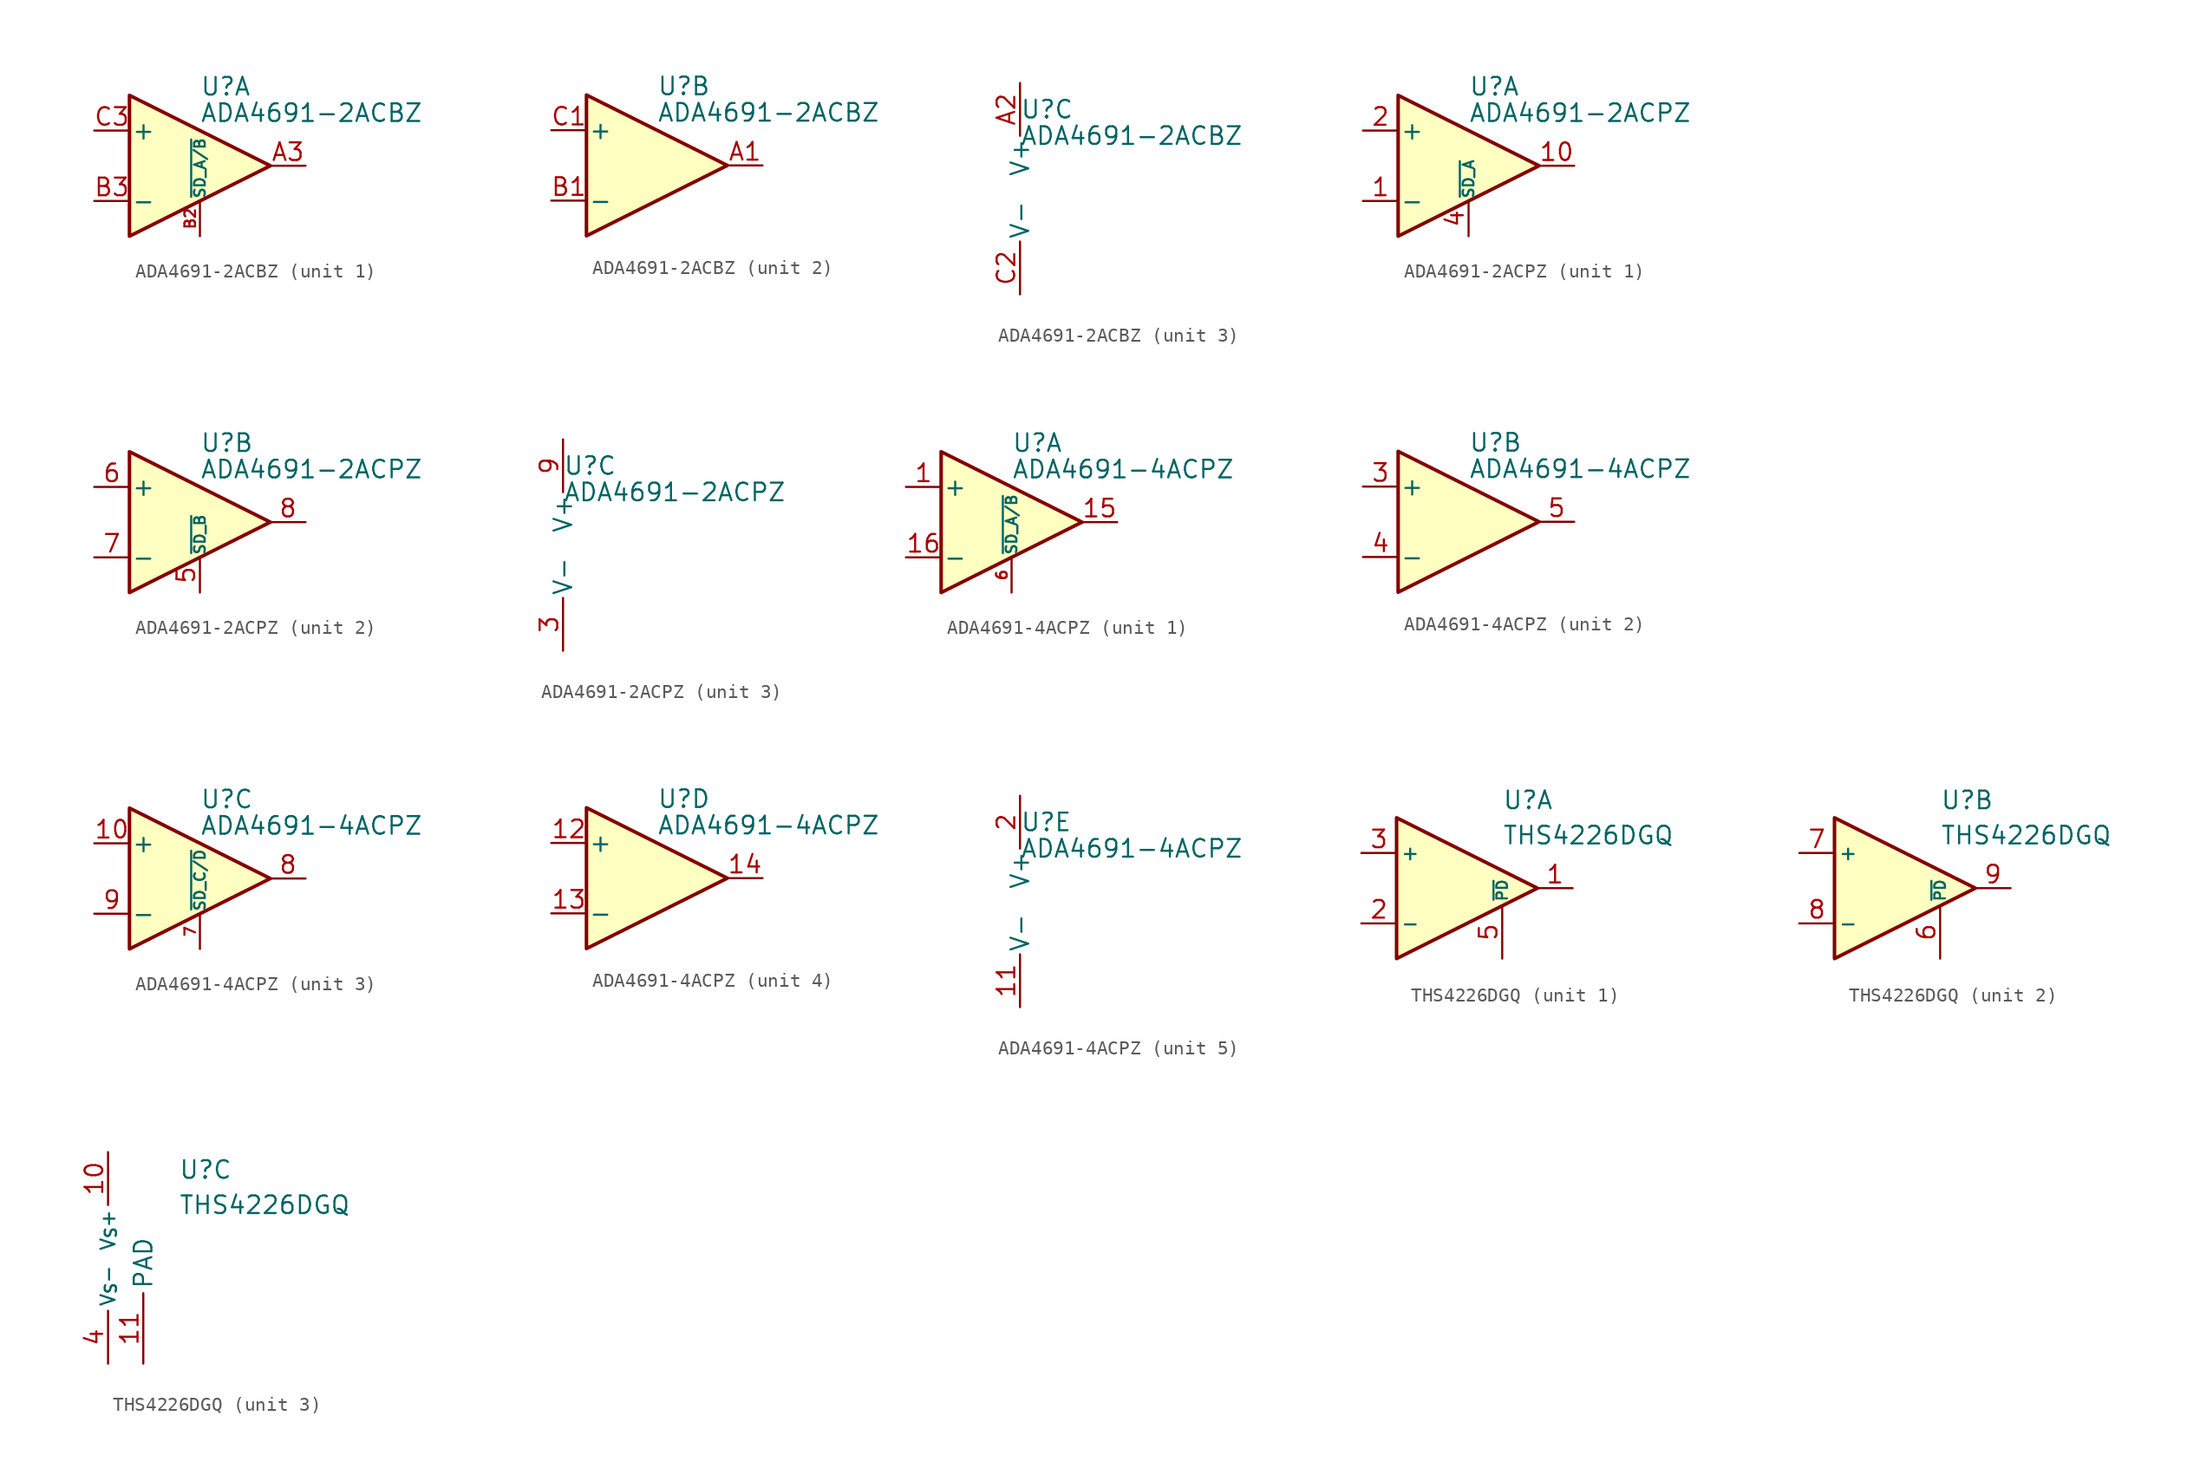
<source format=kicad_sym>
(kicad_symbol_lib
  (version 20241209)
  (generator "kicad_symbol_editor")
  (generator_version "9.0")
  (symbol "ADA4691-2ACBZ"
    (pin_names
      (offset 0.127))
    (property "Reference" "U"
      (at 0 5.715 0)
      (effects (font (size 1.27 1.27)) (justify left)))
    (property "Value" "ADA4691-2ACBZ"
      (at 0 3.81 0)
      (effects (font (size 1.27 1.27)) (justify left)))
    (property "ki_locked" ""
      (at 0 0 0)
      (effects (font (size 1.27 1.27))))
    (symbol "ADA4691-2ACBZ_1_1"
      (polyline (pts (xy -5.08 5.08) (xy 5.08 0) (xy -5.08 -5.08) (xy -5.08 5.08)) (stroke (width 0.254) (type default)) (fill (type background)))
      (pin input line (at -7.62 2.54 0) (length 2.54) (name "+" (effects (font (size 1.27 1.27)))) (number "C3" (effects (font (size 1.27 1.27)))))
      (pin input line (at -7.62 -2.54 0) (length 2.54) (name "-" (effects (font (size 1.27 1.27)))) (number "B3" (effects (font (size 1.27 1.27)))))
      (pin input line (at 0 -5.08 90) (length 2.54) (name "~{SD_A/B}" (effects (font (size 0.762 0.762)))) (number "B2" (effects (font (size 0.762 0.762)))))
      (pin output line (at 7.62 0 180) (length 2.54) (name "~" (effects (font (size 1.27 1.27)))) (number "A3" (effects (font (size 1.27 1.27))))))
    (symbol "ADA4691-2ACBZ_2_1"
      (polyline (pts (xy -5.08 5.08) (xy 5.08 0) (xy -5.08 -5.08) (xy -5.08 5.08)) (stroke (width 0.254) (type default)) (fill (type background)))
      (pin input line (at -7.62 2.54 0) (length 2.54) (name "+" (effects (font (size 1.27 1.27)))) (number "C1" (effects (font (size 1.27 1.27)))))
      (pin input line (at -7.62 -2.54 0) (length 2.54) (name "-" (effects (font (size 1.27 1.27)))) (number "B1" (effects (font (size 1.27 1.27)))))
      (pin output line (at 7.62 0 180) (length 2.54) (name "~" (effects (font (size 1.27 1.27)))) (number "A1" (effects (font (size 1.27 1.27))))))
    (symbol "ADA4691-2ACBZ_3_1"
      (pin power_in line (at 0 7.62 270) (length 3.81) (name "V+" (effects (font (size 1.27 1.27)))) (number "A2" (effects (font (size 1.27 1.27)))))
      (pin power_in line (at 0 -7.62 90) (length 3.81) (name "V-" (effects (font (size 1.27 1.27)))) (number "C2" (effects (font (size 1.27 1.27)))))))
  (symbol "ADA4691-2ACPZ"
    (pin_names
      (offset 0.127))
    (property "Reference" "U"
      (at 0 5.715 0)
      (effects (font (size 1.27 1.27)) (justify left)))
    (property "Value" "ADA4691-2ACPZ"
      (at 0 3.81 0)
      (effects (font (size 1.27 1.27)) (justify left)))
    (property "ki_locked" ""
      (at 0 0 0)
      (effects (font (size 1.27 1.27))))
    (symbol "ADA4691-2ACPZ_1_1"
      (polyline (pts (xy -5.08 5.08) (xy 5.08 0) (xy -5.08 -5.08) (xy -5.08 5.08)) (stroke (width 0.254) (type solid)) (fill (type background)))
      (pin input line (at -7.62 2.54 0) (length 2.54) (name "+" (effects (font (size 1.27 1.27)))) (number "2" (effects (font (size 1.27 1.27)))))
      (pin input line (at -7.62 -2.54 0) (length 2.54) (name "-" (effects (font (size 1.27 1.27)))) (number "1" (effects (font (size 1.27 1.27)))))
      (pin input line (at 0 -5.08 90) (length 2.54) (name "~{SD_A}" (effects (font (size 0.762 0.762)))) (number "4" (effects (font (size 1.27 1.27)))))
      (pin output line (at 7.62 0 180) (length 2.54) (name "~" (effects (font (size 1.27 1.27)))) (number "10" (effects (font (size 1.27 1.27))))))
    (symbol "ADA4691-2ACPZ_2_1"
      (polyline (pts (xy -5.08 5.08) (xy 5.08 0) (xy -5.08 -5.08) (xy -5.08 5.08)) (stroke (width 0.254) (type solid)) (fill (type background)))
      (pin input line (at -7.62 2.54 0) (length 2.54) (name "+" (effects (font (size 1.27 1.27)))) (number "6" (effects (font (size 1.27 1.27)))))
      (pin input line (at -7.62 -2.54 0) (length 2.54) (name "-" (effects (font (size 1.27 1.27)))) (number "7" (effects (font (size 1.27 1.27)))))
      (pin input line (at 0 -5.08 90) (length 2.54) (name "~{SD_B}" (effects (font (size 0.762 0.762)))) (number "5" (effects (font (size 1.27 1.27)))))
      (pin output line (at 7.62 0 180) (length 2.54) (name "~" (effects (font (size 1.27 1.27)))) (number "8" (effects (font (size 1.27 1.27))))))
    (symbol "ADA4691-2ACPZ_3_1"
      (pin power_in line (at 0 7.62 270) (length 3.81) (name "V+" (effects (font (size 1.27 1.27)))) (number "9" (effects (font (size 1.27 1.27)))))
      (pin power_in line (at 0 -7.62 90) (length 3.81) (name "V-" (effects (font (size 1.27 1.27)))) (number "3" (effects (font (size 1.27 1.27)))))))
  (symbol "ADA4691-4ACPZ"
    (pin_names
      (offset 0.127))
    (property "Reference" "U"
      (at 0 5.715 0)
      (effects (font (size 1.27 1.27)) (justify left)))
    (property "Value" "ADA4691-4ACPZ"
      (at 0 3.81 0)
      (effects (font (size 1.27 1.27)) (justify left)))
    (property "ki_locked" ""
      (at 0 0 0)
      (effects (font (size 1.27 1.27))))
    (symbol "ADA4691-4ACPZ_1_1"
      (polyline (pts (xy 5.08 0) (xy -5.08 5.08) (xy -5.08 -5.08) (xy 5.08 0)) (stroke (width 0.254) (type default)) (fill (type background)))
      (pin input line (at -7.62 2.54 0) (length 2.54) (name "+" (effects (font (size 1.27 1.27)))) (number "1" (effects (font (size 1.27 1.27)))))
      (pin input line (at -7.62 -2.54 0) (length 2.54) (name "-" (effects (font (size 1.27 1.27)))) (number "16" (effects (font (size 1.27 1.27)))))
      (pin input line (at 0 -5.08 90) (length 2.54) (name "~{SD_A/B}" (effects (font (size 0.762 0.762)))) (number "6" (effects (font (size 0.762 0.762)))))
      (pin output line (at 7.62 0 180) (length 2.54) (name "~" (effects (font (size 1.27 1.27)))) (number "15" (effects (font (size 1.27 1.27))))))
    (symbol "ADA4691-4ACPZ_2_1"
      (polyline (pts (xy 5.08 0) (xy -5.08 5.08) (xy -5.08 -5.08) (xy 5.08 0)) (stroke (width 0.254) (type default)) (fill (type background)))
      (pin input line (at -7.62 2.54 0) (length 2.54) (name "+" (effects (font (size 1.27 1.27)))) (number "3" (effects (font (size 1.27 1.27)))))
      (pin input line (at -7.62 -2.54 0) (length 2.54) (name "-" (effects (font (size 1.27 1.27)))) (number "4" (effects (font (size 1.27 1.27)))))
      (pin output line (at 7.62 0 180) (length 2.54) (name "~" (effects (font (size 1.27 1.27)))) (number "5" (effects (font (size 1.27 1.27))))))
    (symbol "ADA4691-4ACPZ_3_1"
      (polyline (pts (xy 5.08 0) (xy -5.08 5.08) (xy -5.08 -5.08) (xy 5.08 0)) (stroke (width 0.254) (type default)) (fill (type background)))
      (pin input line (at -7.62 2.54 0) (length 2.54) (name "+" (effects (font (size 1.27 1.27)))) (number "10" (effects (font (size 1.27 1.27)))))
      (pin input line (at -7.62 -2.54 0) (length 2.54) (name "-" (effects (font (size 1.27 1.27)))) (number "9" (effects (font (size 1.27 1.27)))))
      (pin input line (at 0 -5.08 90) (length 2.54) (name "~{SD_C/D}" (effects (font (size 0.762 0.762)))) (number "7" (effects (font (size 0.762 0.762)))))
      (pin output line (at 7.62 0 180) (length 2.54) (name "~" (effects (font (size 1.27 1.27)))) (number "8" (effects (font (size 1.27 1.27))))))
    (symbol "ADA4691-4ACPZ_4_1"
      (polyline (pts (xy 5.08 0) (xy -5.08 5.08) (xy -5.08 -5.08) (xy 5.08 0)) (stroke (width 0.254) (type default)) (fill (type background)))
      (pin input line (at -7.62 2.54 0) (length 2.54) (name "+" (effects (font (size 1.27 1.27)))) (number "12" (effects (font (size 1.27 1.27)))))
      (pin input line (at -7.62 -2.54 0) (length 2.54) (name "-" (effects (font (size 1.27 1.27)))) (number "13" (effects (font (size 1.27 1.27)))))
      (pin output line (at 7.62 0 180) (length 2.54) (name "~" (effects (font (size 1.27 1.27)))) (number "14" (effects (font (size 1.27 1.27))))))
    (symbol "ADA4691-4ACPZ_5_1"
      (pin power_in line (at 0 7.62 270) (length 3.81) (name "V+" (effects (font (size 1.27 1.27)))) (number "2" (effects (font (size 1.27 1.27)))))
      (pin power_in line (at 0 -7.62 90) (length 3.81) (name "V-" (effects (font (size 1.27 1.27)))) (number "11" (effects (font (size 1.27 1.27)))))
      (pin passive line (at 0 -7.62 90) (length 3.81) (hide yes) (name "V-" (effects (font (size 1.27 1.27)))) (number "17" (effects (font (size 1.27 1.27)))))))
  (symbol "THS4226DGQ"
    (pin_names
      (offset 0.254))
    (property "Reference" "U"
      (at 2.54 6.35 0)
      (effects (font (size 1.27 1.27)) (justify left)))
    (property "Value" "THS4226DGQ"
      (at 2.54 3.81 0)
      (effects (font (size 1.27 1.27)) (justify left)))
    (symbol "THS4226DGQ_1_1"
      (polyline (pts (xy -5.08 5.08) (xy 5.08 0) (xy -5.08 -5.08) (xy -5.08 5.08)) (stroke (width 0.254) (type solid)) (fill (type background)))
      (pin input line (at -7.62 2.54 0) (length 2.54) (name "+" (effects (font (size 1.016 1.016)))) (number "3" (effects (font (size 1.27 1.27)))))
      (pin input line (at -7.62 -2.54 0) (length 2.54) (name "-" (effects (font (size 1.016 1.016)))) (number "2" (effects (font (size 1.27 1.27)))))
      (pin input line (at 2.54 -5.08 90) (length 3.81) (name "~{PD}" (effects (font (size 0.762 0.762)))) (number "5" (effects (font (size 1.27 1.27)))))
      (pin output line (at 7.62 0 180) (length 2.54) (name "~" (effects (font (size 1.27 1.27)))) (number "1" (effects (font (size 1.27 1.27))))))
    (symbol "THS4226DGQ_2_1"
      (polyline (pts (xy -5.08 5.08) (xy 5.08 0) (xy -5.08 -5.08) (xy -5.08 5.08)) (stroke (width 0.254) (type solid)) (fill (type background)))
      (pin input line (at -7.62 2.54 0) (length 2.54) (name "+" (effects (font (size 1.016 1.016)))) (number "7" (effects (font (size 1.27 1.27)))))
      (pin input line (at -7.62 -2.54 0) (length 2.54) (name "-" (effects (font (size 1.016 1.016)))) (number "8" (effects (font (size 1.27 1.27)))))
      (pin input line (at 2.54 -5.08 90) (length 3.81) (name "~{PD}" (effects (font (size 0.762 0.762)))) (number "6" (effects (font (size 1.27 1.27)))))
      (pin output line (at 7.62 0 180) (length 2.54) (name "~" (effects (font (size 1.27 1.27)))) (number "9" (effects (font (size 1.27 1.27))))))
    (symbol "THS4226DGQ_3_1"
      (pin power_in line (at -2.54 7.62 270) (length 3.81) (name "V_{S}+" (effects (font (size 1.016 1.016)))) (number "10" (effects (font (size 1.27 1.27)))))
      (pin power_in line (at -2.54 -7.62 90) (length 3.81) (name "V_{S}-" (effects (font (size 1.016 1.016)))) (number "4" (effects (font (size 1.27 1.27)))))
      (pin passive line (at 0 -7.62 90) (length 5.08) (name "PAD" (effects (font (size 1.27 1.27)))) (number "11" (effects (font (size 1.27 1.27))))))))
</source>
